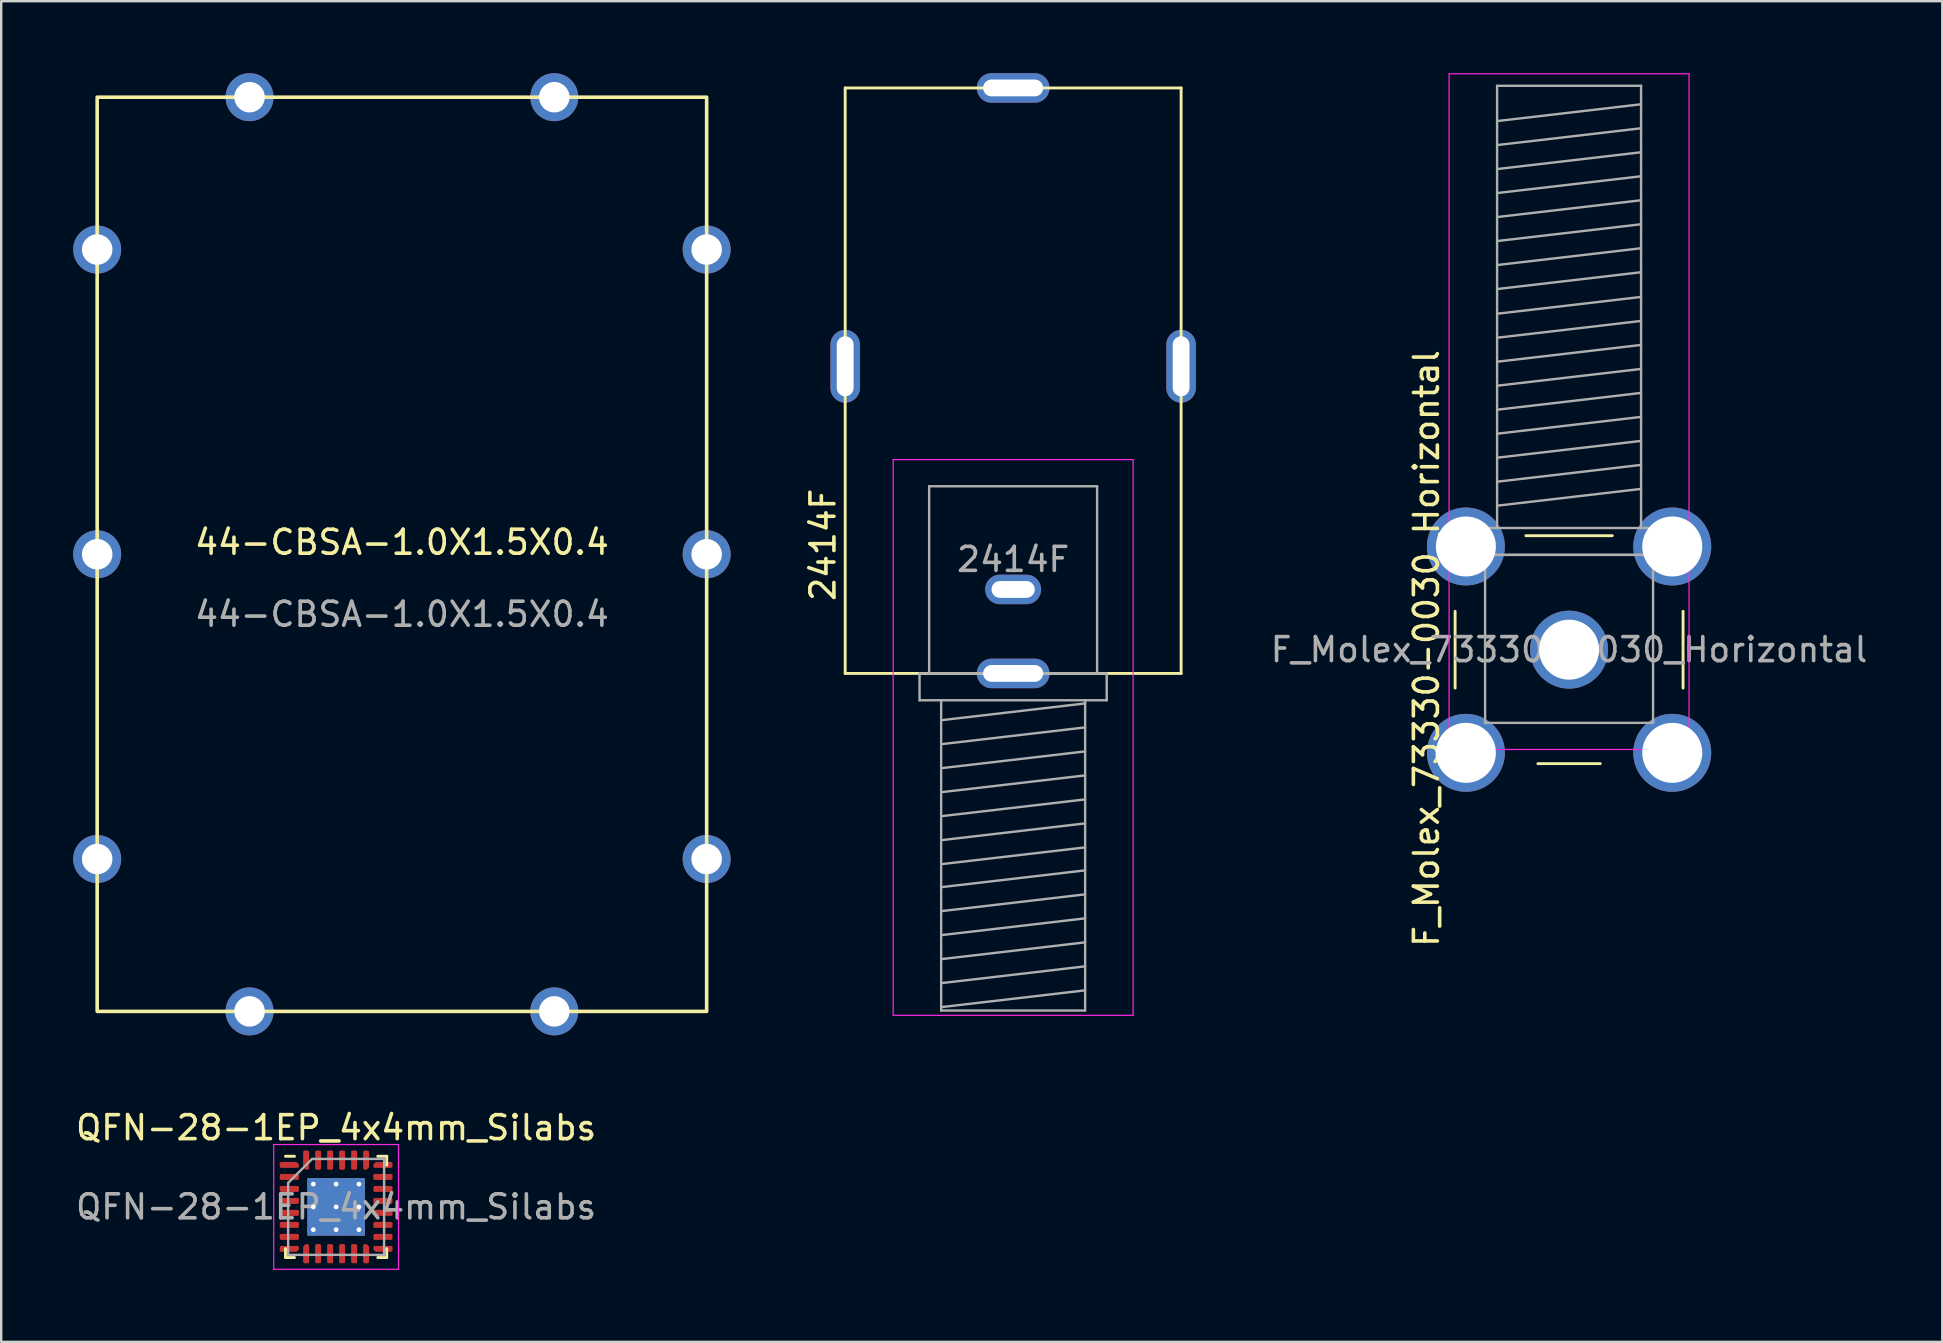
<source format=kicad_pcb>
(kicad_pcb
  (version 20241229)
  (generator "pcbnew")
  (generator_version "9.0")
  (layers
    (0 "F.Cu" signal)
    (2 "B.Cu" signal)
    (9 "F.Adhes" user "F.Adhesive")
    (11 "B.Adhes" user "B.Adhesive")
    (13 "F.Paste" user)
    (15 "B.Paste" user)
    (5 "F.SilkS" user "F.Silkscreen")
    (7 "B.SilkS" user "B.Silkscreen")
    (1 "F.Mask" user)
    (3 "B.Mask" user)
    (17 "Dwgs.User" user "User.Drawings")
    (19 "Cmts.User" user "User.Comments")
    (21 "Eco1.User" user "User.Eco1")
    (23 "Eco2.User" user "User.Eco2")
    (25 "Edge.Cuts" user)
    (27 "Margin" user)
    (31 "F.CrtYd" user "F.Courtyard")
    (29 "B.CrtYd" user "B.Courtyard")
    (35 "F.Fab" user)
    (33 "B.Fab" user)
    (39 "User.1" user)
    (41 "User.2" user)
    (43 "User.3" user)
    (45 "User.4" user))
  (footprint "2414F"
    (layer "F.Cu")
    (at 39.173 25.015)
    (property "Reference" "2414F" (at -7.925 -5.359 270) (layer "F.SilkS") (effects (font (size 1 1) (thickness 0.15))))
    (attr through_hole)
    (fp_line (start -7 0) (end -7 -24.4) (stroke (width 0.12) (type solid)) (layer "F.SilkS"))
    (fp_line (start 7 -24.4) (end -7 -24.4) (stroke (width 0.12) (type solid)) (layer "F.SilkS"))
    (fp_line (start 7 0) (end -7 0) (stroke (width 0.12) (type solid)) (layer "F.SilkS"))
    (fp_line (start 7 0) (end 7 -24.4) (stroke (width 0.12) (type solid)) (layer "F.SilkS"))
    (fp_line (start -5 -8.91) (end -5 14.25) (stroke (width 0.05) (type solid)) (layer "F.CrtYd"))
    (fp_line (start -5 -8.91) (end 5 -8.91) (stroke (width 0.05) (type solid)) (layer "F.CrtYd"))
    (fp_line (start 5 14.25) (end -5 14.25) (stroke (width 0.05) (type solid)) (layer "F.CrtYd"))
    (fp_line (start 5 14.25) (end 5 -8.91) (stroke (width 0.05) (type solid)) (layer "F.CrtYd"))
    (fp_line (start -3.9 0) (end -3.9 1.12) (stroke (width 0.1) (type solid)) (layer "F.Fab"))
    (fp_line (start -3.9 1.12) (end 3.9 1.12) (stroke (width 0.1) (type solid)) (layer "F.Fab"))
    (fp_line (start -3.5 0) (end -3.5 -7.8) (stroke (width 0.1) (type solid)) (layer "F.Fab"))
    (fp_line (start -3 14.05) (end -3 1.12) (stroke (width 0.1) (type solid)) (layer "F.Fab"))
    (fp_line (start 2.997 8.208) (end -3.003 8.908) (stroke (width 0.1) (type solid)) (layer "F.Fab"))
    (fp_line (start 2.997 9.208) (end -3.003 9.908) (stroke (width 0.1) (type solid)) (layer "F.Fab"))
    (fp_line (start 2.997 10.208) (end -3.003 10.908) (stroke (width 0.1) (type solid)) (layer "F.Fab"))
    (fp_line (start 2.997 11.208) (end -3.003 11.908) (stroke (width 0.1) (type solid)) (layer "F.Fab"))
    (fp_line (start 2.997 12.208) (end -3.003 12.908) (stroke (width 0.1) (type solid)) (layer "F.Fab"))
    (fp_line (start 2.997 13.208) (end -3.003 13.908) (stroke (width 0.1) (type solid)) (layer "F.Fab"))
    (fp_line (start 3 1.25) (end -3 1.95) (stroke (width 0.1) (type solid)) (layer "F.Fab"))
    (fp_line (start 3 2.25) (end -3 2.95) (stroke (width 0.1) (type solid)) (layer "F.Fab"))
    (fp_line (start 3 3.25) (end -3 3.95) (stroke (width 0.1) (type solid)) (layer "F.Fab"))
    (fp_line (start 3 4.25) (end -3 4.95) (stroke (width 0.1) (type solid)) (layer "F.Fab"))
    (fp_line (start 3 5.25) (end -3 5.95) (stroke (width 0.1) (type solid)) (layer "F.Fab"))
    (fp_line (start 3 6.25) (end -3 6.95) (stroke (width 0.1) (type solid)) (layer "F.Fab"))
    (fp_line (start 3 7.25) (end -3 7.95) (stroke (width 0.1) (type solid)) (layer "F.Fab"))
    (fp_line (start 3 14.05) (end -3 14.05) (stroke (width 0.1) (type solid)) (layer "F.Fab"))
    (fp_line (start 3 14.05) (end 3 1.12) (stroke (width 0.1) (type solid)) (layer "F.Fab"))
    (fp_line (start 3.5 -7.8) (end -3.5 -7.8) (stroke (width 0.1) (type solid)) (layer "F.Fab"))
    (fp_line (start 3.5 0) (end -3.5 0) (stroke (width 0.1) (type solid)) (layer "F.Fab"))
    (fp_line (start 3.5 0) (end 3.5 -7.8) (stroke (width 0.1) (type solid)) (layer "F.Fab"))
    (fp_line (start 3.9 0) (end -3.9 0) (stroke (width 0.1) (type solid)) (layer "F.Fab"))
    (fp_line (start 3.9 1.12) (end 3.9 0) (stroke (width 0.1) (type solid)) (layer "F.Fab"))
    (fp_text user "${REFERENCE}" (at 0 -4.75 180) (layer "F.Fab") (effects (font (size 1 1) (thickness 0.15))))
    (pad "1" thru_hole oval (at 0 -3.5) (size 2.33 1.23) (drill oval 1.8 0.7) (layers "*.Cu" "*.Mask"))
    (pad "2" thru_hole oval (at -7 -12.8 90) (size 3.03 1.23) (drill oval 2.5 0.7) (layers "*.Cu" "*.Mask"))
    (pad "2" thru_hole oval (at 0 -24.4) (size 3.03 1.23) (drill oval 2.5 0.7) (layers "*.Cu" "*.Mask"))
    (pad "2" thru_hole oval (at 0 0) (size 3.03 1.23) (drill oval 2.5 0.7) (layers "*.Cu" "*.Mask"))
    (pad "2" thru_hole oval (at 7 -12.8 90) (size 3.03 1.23) (drill oval 2.5 0.7) (layers "*.Cu" "*.Mask")))
  (footprint "QFN-28-1EP_4x4mm_Silabs"
    (layer "F.Cu")
    (at 10.958 47.248)
    (property "Reference" "QFN-28-1EP_4x4mm_Silabs" (at 0 -3.3 0) (layer "F.SilkS") (effects (font (size 1 1) (thickness 0.15))))
    (attr smd)
    (fp_line (start -2.11 2.11) (end -2.11 1.735) (stroke (width 0.12) (type solid)) (layer "F.SilkS"))
    (fp_line (start -1.735 -2.11) (end -2.11 -2.11) (stroke (width 0.12) (type solid)) (layer "F.SilkS"))
    (fp_line (start -1.735 2.11) (end -2.11 2.11) (stroke (width 0.12) (type solid)) (layer "F.SilkS"))
    (fp_line (start 1.735 -2.11) (end 2.11 -2.11) (stroke (width 0.12) (type solid)) (layer "F.SilkS"))
    (fp_line (start 1.735 2.11) (end 2.11 2.11) (stroke (width 0.12) (type solid)) (layer "F.SilkS"))
    (fp_line (start 2.11 -2.11) (end 2.11 -1.735) (stroke (width 0.12) (type solid)) (layer "F.SilkS"))
    (fp_line (start 2.11 2.11) (end 2.11 1.735) (stroke (width 0.12) (type solid)) (layer "F.SilkS"))
    (fp_line (start -2.6 -2.6) (end -2.6 2.6) (stroke (width 0.05) (type solid)) (layer "F.CrtYd"))
    (fp_line (start -2.6 2.6) (end 2.6 2.6) (stroke (width 0.05) (type solid)) (layer "F.CrtYd"))
    (fp_line (start 2.6 -2.6) (end -2.6 -2.6) (stroke (width 0.05) (type solid)) (layer "F.CrtYd"))
    (fp_line (start 2.6 2.6) (end 2.6 -2.6) (stroke (width 0.05) (type solid)) (layer "F.CrtYd"))
    (fp_line (start -2 -1) (end -1 -2) (stroke (width 0.1) (type solid)) (layer "F.Fab"))
    (fp_line (start -2 2) (end -2 -1) (stroke (width 0.1) (type solid)) (layer "F.Fab"))
    (fp_line (start -1 -2) (end 2 -2) (stroke (width 0.1) (type solid)) (layer "F.Fab"))
    (fp_line (start 2 -2) (end 2 2) (stroke (width 0.1) (type solid)) (layer "F.Fab"))
    (fp_line (start 2 2) (end -2 2) (stroke (width 0.1) (type solid)) (layer "F.Fab"))
    (fp_text user "${REFERENCE}" (at 0 0 0) (layer "F.Fab") (effects (font (size 1 1) (thickness 0.15))))
    (pad "" smd roundrect (at -0.6 -0.6) (size 1.04 1.04) (layers "F.Paste") (roundrect_rratio 0.24))
    (pad "" smd roundrect (at -0.6 0.6) (size 1.04 1.04) (layers "F.Paste") (roundrect_rratio 0.24))
    (pad "" smd roundrect (at 0.6 -0.6) (size 1.04 1.04) (layers "F.Paste") (roundrect_rratio 0.24))
    (pad "" smd roundrect (at 0.6 0.6) (size 1.04 1.04) (layers "F.Paste") (roundrect_rratio 0.24))
    (pad "1" smd custom (at -1.95 -1.75) (size 0.179 0.179) (layers "F.Cu" "F.Mask" "F.Paste") (options (anchor circle)) (primitives (gr_poly (pts (xy 0.338 0.001) (xy 0.338 0.062) (xy -0.338 0.062) (xy -0.338 -0.062) (xy 0.274 -0.062)) (width 0.125) (fill yes))))
    (pad "2" smd roundrect (at -1.95 -1.25) (size 0.8 0.25) (layers "F.Cu" "F.Mask" "F.Paste") (roundrect_rratio 0.25))
    (pad "3" smd roundrect (at -1.95 -0.75) (size 0.8 0.25) (layers "F.Cu" "F.Mask" "F.Paste") (roundrect_rratio 0.25))
    (pad "4" smd roundrect (at -1.95 -0.25) (size 0.8 0.25) (layers "F.Cu" "F.Mask" "F.Paste") (roundrect_rratio 0.25))
    (pad "5" smd roundrect (at -1.95 0.25) (size 0.8 0.25) (layers "F.Cu" "F.Mask" "F.Paste") (roundrect_rratio 0.25))
    (pad "6" smd roundrect (at -1.95 0.75) (size 0.8 0.25) (layers "F.Cu" "F.Mask" "F.Paste") (roundrect_rratio 0.25))
    (pad "7" smd roundrect (at -1.95 1.25) (size 0.8 0.25) (layers "F.Cu" "F.Mask" "F.Paste") (roundrect_rratio 0.25))
    (pad "8" smd custom (at -1.95 1.75) (size 0.179 0.179) (layers "F.Cu" "F.Mask" "F.Paste") (options (anchor circle)) (primitives (gr_poly (pts (xy 0.338 -0.001) (xy 0.274 0.062) (xy -0.338 0.062) (xy -0.338 -0.062) (xy 0.338 -0.062)) (width 0.125) (fill yes))))
    (pad "9" smd custom (at -1.25 1.95) (size 0.179 0.179) (layers "F.Cu" "F.Mask" "F.Paste") (options (anchor circle)) (primitives (gr_poly (pts (xy 0.062 0.338) (xy -0.062 0.338) (xy -0.062 -0.274) (xy 0.001 -0.338) (xy 0.062 -0.338)) (width 0.125) (fill yes))))
    (pad "10" smd roundrect (at -0.75 1.95) (size 0.25 0.8) (layers "F.Cu" "F.Mask" "F.Paste") (roundrect_rratio 0.25))
    (pad "11" smd roundrect (at -0.25 1.95) (size 0.25 0.8) (layers "F.Cu" "F.Mask" "F.Paste") (roundrect_rratio 0.25))
    (pad "12" smd roundrect (at 0.25 1.95) (size 0.25 0.8) (layers "F.Cu" "F.Mask" "F.Paste") (roundrect_rratio 0.25))
    (pad "13" smd roundrect (at 0.75 1.95) (size 0.25 0.8) (layers "F.Cu" "F.Mask" "F.Paste") (roundrect_rratio 0.25))
    (pad "14" smd custom (at 1.25 1.95) (size 0.179 0.179) (layers "F.Cu" "F.Mask" "F.Paste") (options (anchor circle)) (primitives (gr_poly (pts (xy 0.062 -0.274) (xy 0.062 0.338) (xy -0.062 0.338) (xy -0.062 -0.338) (xy -0.001 -0.338)) (width 0.125) (fill yes))))
    (pad "15" smd custom (at 1.95 1.75) (size 0.179 0.179) (layers "F.Cu" "F.Mask" "F.Paste") (options (anchor circle)) (primitives (gr_poly (pts (xy 0.338 0.062) (xy -0.274 0.062) (xy -0.338 -0.001) (xy -0.338 -0.062) (xy 0.338 -0.062)) (width 0.125) (fill yes))))
    (pad "16" smd roundrect (at 1.95 1.25) (size 0.8 0.25) (layers "F.Cu" "F.Mask" "F.Paste") (roundrect_rratio 0.25))
    (pad "17" smd roundrect (at 1.95 0.75) (size 0.8 0.25) (layers "F.Cu" "F.Mask" "F.Paste") (roundrect_rratio 0.25))
    (pad "18" smd roundrect (at 1.95 0.25) (size 0.8 0.25) (layers "F.Cu" "F.Mask" "F.Paste") (roundrect_rratio 0.25))
    (pad "19" smd roundrect (at 1.95 -0.25) (size 0.8 0.25) (layers "F.Cu" "F.Mask" "F.Paste") (roundrect_rratio 0.25))
    (pad "20" smd roundrect (at 1.95 -0.75) (size 0.8 0.25) (layers "F.Cu" "F.Mask" "F.Paste") (roundrect_rratio 0.25))
    (pad "21" smd roundrect (at 1.95 -1.25) (size 0.8 0.25) (layers "F.Cu" "F.Mask" "F.Paste") (roundrect_rratio 0.25))
    (pad "22" smd custom (at 1.95 -1.75) (size 0.179 0.179) (layers "F.Cu" "F.Mask" "F.Paste") (options (anchor circle)) (primitives (gr_poly (pts (xy 0.338 0.062) (xy -0.338 0.062) (xy -0.338 0.001) (xy -0.274 -0.062) (xy 0.338 -0.062)) (width 0.125) (fill yes))))
    (pad "23" smd custom (at 1.25 -1.95) (size 0.179 0.179) (layers "F.Cu" "F.Mask" "F.Paste") (options (anchor circle)) (primitives (gr_poly (pts (xy 0.062 0.274) (xy -0.001 0.338) (xy -0.062 0.338) (xy -0.062 -0.338) (xy 0.062 -0.338)) (width 0.125) (fill yes))))
    (pad "24" smd roundrect (at 0.75 -1.95) (size 0.25 0.8) (layers "F.Cu" "F.Mask" "F.Paste") (roundrect_rratio 0.25))
    (pad "25" smd roundrect (at 0.25 -1.95) (size 0.25 0.8) (layers "F.Cu" "F.Mask" "F.Paste") (roundrect_rratio 0.25))
    (pad "26" smd roundrect (at -0.25 -1.95) (size 0.25 0.8) (layers "F.Cu" "F.Mask" "F.Paste") (roundrect_rratio 0.25))
    (pad "27" smd roundrect (at -0.75 -1.95) (size 0.25 0.8) (layers "F.Cu" "F.Mask" "F.Paste") (roundrect_rratio 0.25))
    (pad "28" smd custom (at -1.25 -1.95) (size 0.179 0.179) (layers "F.Cu" "F.Mask" "F.Paste") (options (anchor circle)) (primitives (gr_poly (pts (xy 0.062 0.338) (xy 0.001 0.338) (xy -0.062 0.274) (xy -0.062 -0.338) (xy 0.062 -0.338)) (width 0.125) (fill yes))))
    (pad "29" thru_hole circle (at -0.95 -0.95) (size 0.5 0.5) (drill 0.2) (layers "*.Cu"))
    (pad "29" thru_hole circle (at -0.95 0) (size 0.5 0.5) (drill 0.2) (layers "*.Cu"))
    (pad "29" thru_hole circle (at -0.95 0.95) (size 0.5 0.5) (drill 0.2) (layers "*.Cu"))
    (pad "29" thru_hole circle (at 0 -0.95) (size 0.5 0.5) (drill 0.2) (layers "*.Cu"))
    (pad "29" thru_hole circle (at 0 0) (size 0.5 0.5) (drill 0.2) (layers "*.Cu"))
    (pad "29" smd rect (at 0 0) (size 2.4 2.4) (layers "F.Cu" "F.Mask"))
    (pad "29" smd rect (at 0 0) (size 2.4 2.4) (layers "B.Cu"))
    (pad "29" thru_hole circle (at 0 0.95) (size 0.5 0.5) (drill 0.2) (layers "*.Cu"))
    (pad "29" thru_hole circle (at 0.95 -0.95) (size 0.5 0.5) (drill 0.2) (layers "*.Cu"))
    (pad "29" thru_hole circle (at 0.95 0) (size 0.5 0.5) (drill 0.2) (layers "*.Cu"))
    (pad "29" thru_hole circle (at 0.95 0.95) (size 0.5 0.5) (drill 0.2) (layers "*.Cu")))
  (footprint "F_Molex_73330-0030_Horizontal"
    (layer "F.Cu")
    (at 62.342 24.025)
    (property "Reference" "F_Molex_73330-0030_Horizontal" (at -5.944 -0.051 90) (layer "F.SilkS") (effects (font (size 1 1) (thickness 0.15))))
    (attr through_hole)
    (fp_line (start -4.75 -1.6) (end -4.75 1.6) (stroke (width 0.12) (type solid)) (layer "F.SilkS"))
    (fp_line (start -1.8 -4.75) (end 1.8 -4.75) (stroke (width 0.12) (type solid)) (layer "F.SilkS"))
    (fp_line (start -1.3 4.75) (end 1.3 4.75) (stroke (width 0.12) (type solid)) (layer "F.SilkS"))
    (fp_line (start 4.75 -1.6) (end 4.75 1.6) (stroke (width 0.12) (type solid)) (layer "F.SilkS"))
    (fp_line (start -5 -24) (end -5 4.16) (stroke (width 0.05) (type solid)) (layer "F.CrtYd"))
    (fp_line (start -5 -24) (end 5 -24) (stroke (width 0.05) (type solid)) (layer "F.CrtYd"))
    (fp_line (start 5 4.16) (end -5 4.16) (stroke (width 0.05) (type solid)) (layer "F.CrtYd"))
    (fp_line (start 5 4.16) (end 5 -24) (stroke (width 0.05) (type solid)) (layer "F.CrtYd"))
    (fp_line (start -3.9 -5.07) (end -3.9 -3.95) (stroke (width 0.1) (type solid)) (layer "F.Fab"))
    (fp_line (start -3.9 -3.95) (end 3.9 -3.95) (stroke (width 0.1) (type solid)) (layer "F.Fab"))
    (fp_line (start -3.5 -3.95) (end -3.5 3.05) (stroke (width 0.1) (type solid)) (layer "F.Fab"))
    (fp_line (start -3.5 -3.95) (end 3.5 -3.95) (stroke (width 0.1) (type solid)) (layer "F.Fab"))
    (fp_line (start -3.5 3.05) (end 3.5 3.05) (stroke (width 0.1) (type solid)) (layer "F.Fab"))
    (fp_line (start -3.003 -22.029) (end 2.997 -22.729) (stroke (width 0.1) (type solid)) (layer "F.Fab"))
    (fp_line (start -3.003 -21.029) (end 2.997 -21.729) (stroke (width 0.1) (type solid)) (layer "F.Fab"))
    (fp_line (start -3.003 -20.029) (end 2.997 -20.729) (stroke (width 0.1) (type solid)) (layer "F.Fab"))
    (fp_line (start -3.003 -19.029) (end 2.997 -19.729) (stroke (width 0.1) (type solid)) (layer "F.Fab"))
    (fp_line (start -3.003 -18.029) (end 2.997 -18.729) (stroke (width 0.1) (type solid)) (layer "F.Fab"))
    (fp_line (start -3.003 -17.029) (end 2.997 -17.729) (stroke (width 0.1) (type solid)) (layer "F.Fab"))
    (fp_line (start -3.003 -16.029) (end 2.997 -16.729) (stroke (width 0.1) (type solid)) (layer "F.Fab"))
    (fp_line (start -3.003 -15.029) (end 2.997 -15.729) (stroke (width 0.1) (type solid)) (layer "F.Fab"))
    (fp_line (start -3 -23.5) (end -3 -5.07) (stroke (width 0.1) (type solid)) (layer "F.Fab"))
    (fp_line (start -3 -23.5) (end 3 -23.5) (stroke (width 0.1) (type solid)) (layer "F.Fab"))
    (fp_line (start -3 -14) (end 3 -14.7) (stroke (width 0.1) (type solid)) (layer "F.Fab"))
    (fp_line (start -3 -13) (end 3 -13.7) (stroke (width 0.1) (type solid)) (layer "F.Fab"))
    (fp_line (start -3 -12) (end 3 -12.7) (stroke (width 0.1) (type solid)) (layer "F.Fab"))
    (fp_line (start -3 -11) (end 3 -11.7) (stroke (width 0.1) (type solid)) (layer "F.Fab"))
    (fp_line (start -3 -10) (end 3 -10.7) (stroke (width 0.1) (type solid)) (layer "F.Fab"))
    (fp_line (start -3 -9) (end 3 -9.7) (stroke (width 0.1) (type solid)) (layer "F.Fab"))
    (fp_line (start -3 -8) (end 3 -8.7) (stroke (width 0.1) (type solid)) (layer "F.Fab"))
    (fp_line (start -3 -7) (end 3 -7.7) (stroke (width 0.1) (type solid)) (layer "F.Fab"))
    (fp_line (start -3 -6) (end 3 -6.7) (stroke (width 0.1) (type solid)) (layer "F.Fab"))
    (fp_line (start 3 -23.5) (end 3 -5.07) (stroke (width 0.1) (type solid)) (layer "F.Fab"))
    (fp_line (start 3.5 -3.95) (end 3.5 3.05) (stroke (width 0.1) (type solid)) (layer "F.Fab"))
    (fp_line (start 3.9 -5.07) (end -3.9 -5.07) (stroke (width 0.1) (type solid)) (layer "F.Fab"))
    (fp_line (start 3.9 -3.95) (end 3.9 -5.07) (stroke (width 0.1) (type solid)) (layer "F.Fab"))
    (fp_text user "${REFERENCE}" (at 0 0 0) (layer "F.Fab") (effects (font (size 1 1) (thickness 0.15))))
    (pad "1" thru_hole circle (at 0 0) (size 3.25 3.25) (drill 2.5) (layers "*.Cu" "*.Mask"))
    (pad "2" thru_hole circle (at -4.3 -4.3) (size 3.25 3.25) (drill 2.5) (layers "*.Cu" "*.Mask"))
    (pad "2" thru_hole circle (at -4.3 4.3) (size 3.25 3.25) (drill 2.5) (layers "*.Cu" "*.Mask"))
    (pad "2" thru_hole circle (at 4.3 -4.3) (size 3.25 3.25) (drill 2.5) (layers "*.Cu" "*.Mask"))
    (pad "2" thru_hole circle (at 4.3 4.3) (size 3.25 3.25) (drill 2.5) (layers "*.Cu" "*.Mask")))
  (footprint "44-CBSA-1.0X1.5X0.4"
    (layer "F.Cu")
    (at 13.7 20.05)
    (property "Reference" "44-CBSA-1.0X1.5X0.4" (at 0 -0.5 0) (unlocked yes) (layer "F.SilkS") (effects (font (size 1 1) (thickness 0.15))))
    (attr through_hole)
    (fp_rect (start -12.7 -19.05) (end 12.7 19.05) (stroke (width 0.15) (type solid)) (fill no) (layer "F.SilkS"))
    (fp_text user "${REFERENCE}" (at 0 2.5 0) (unlocked yes) (layer "F.Fab") (effects (font (size 1 1) (thickness 0.15))))
    (pad "1" thru_hole circle (at -12.7 -12.7) (size 2 2) (drill 1.27) (layers "*.Cu" "*.Mask"))
    (pad "1" thru_hole circle (at -12.7 0) (size 2 2) (drill 1.27) (layers "*.Cu" "*.Mask"))
    (pad "1" thru_hole circle (at -12.7 12.7) (size 2 2) (drill 1.27) (layers "*.Cu" "*.Mask"))
    (pad "1" thru_hole circle (at -6.35 -19.05) (size 2 2) (drill 1.27) (layers "*.Cu" "*.Mask"))
    (pad "1" thru_hole circle (at -6.35 19.05) (size 2 2) (drill 1.27) (layers "*.Cu" "*.Mask"))
    (pad "1" thru_hole circle (at 6.35 -19.05) (size 2 2) (drill 1.27) (layers "*.Cu" "*.Mask"))
    (pad "1" thru_hole circle (at 6.35 19.05) (size 2 2) (drill 1.27) (layers "*.Cu" "*.Mask"))
    (pad "1" thru_hole circle (at 12.7 -12.7) (size 2 2) (drill 1.27) (layers "*.Cu" "*.Mask"))
    (pad "1" thru_hole circle (at 12.7 0) (size 2 2) (drill 1.27) (layers "*.Cu" "*.Mask"))
    (pad "1" thru_hole circle (at 12.7 12.7) (size 2 2) (drill 1.27) (layers "*.Cu" "*.Mask")))
  (gr_rect
    (start -3 -3)
    (end 77.895 52.873)
    (stroke (width 0.1) (type default))
    (fill no)
    (layer "Edge.Cuts")))
</source>
